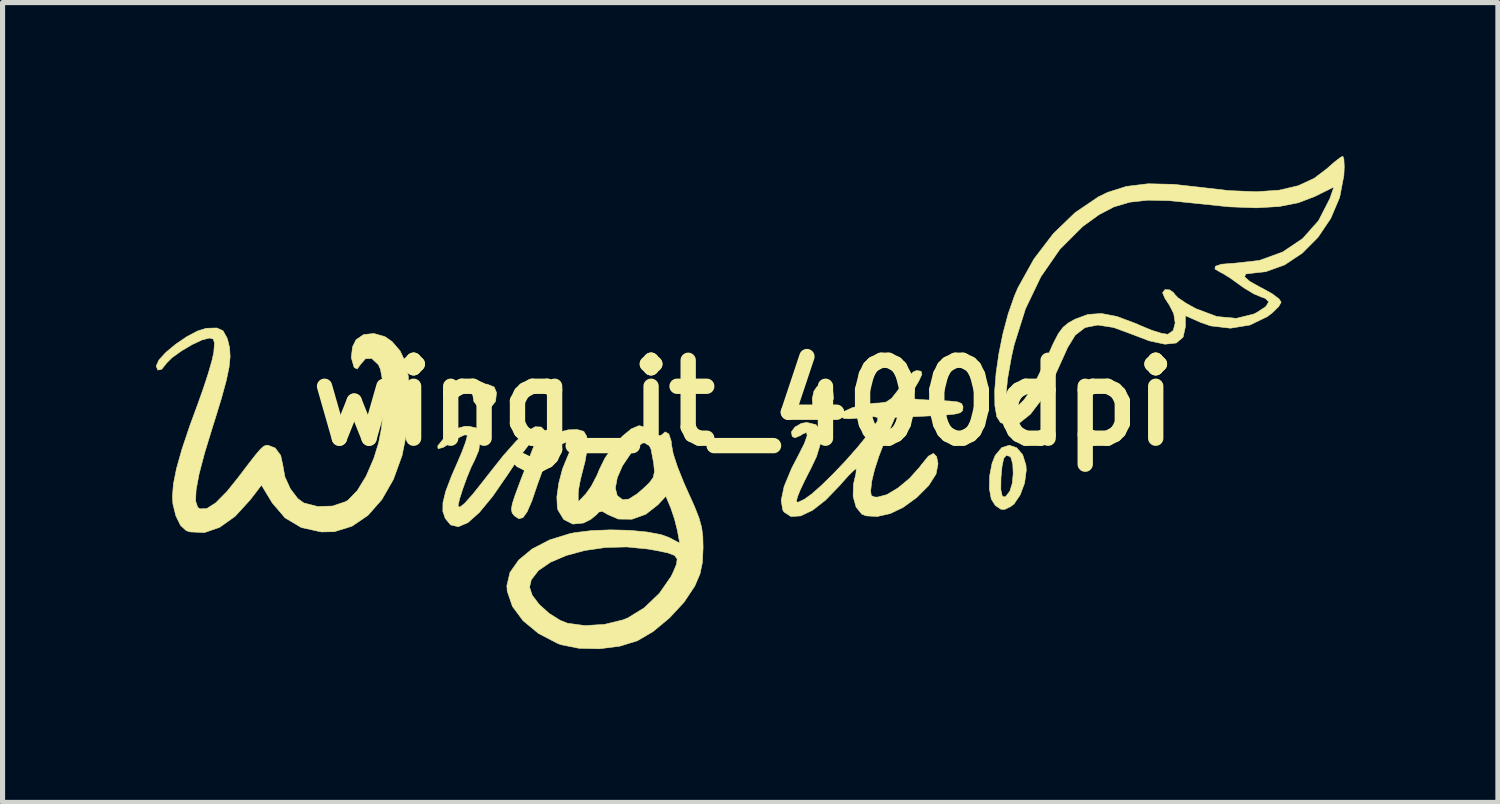
<source format=kicad_pcb>
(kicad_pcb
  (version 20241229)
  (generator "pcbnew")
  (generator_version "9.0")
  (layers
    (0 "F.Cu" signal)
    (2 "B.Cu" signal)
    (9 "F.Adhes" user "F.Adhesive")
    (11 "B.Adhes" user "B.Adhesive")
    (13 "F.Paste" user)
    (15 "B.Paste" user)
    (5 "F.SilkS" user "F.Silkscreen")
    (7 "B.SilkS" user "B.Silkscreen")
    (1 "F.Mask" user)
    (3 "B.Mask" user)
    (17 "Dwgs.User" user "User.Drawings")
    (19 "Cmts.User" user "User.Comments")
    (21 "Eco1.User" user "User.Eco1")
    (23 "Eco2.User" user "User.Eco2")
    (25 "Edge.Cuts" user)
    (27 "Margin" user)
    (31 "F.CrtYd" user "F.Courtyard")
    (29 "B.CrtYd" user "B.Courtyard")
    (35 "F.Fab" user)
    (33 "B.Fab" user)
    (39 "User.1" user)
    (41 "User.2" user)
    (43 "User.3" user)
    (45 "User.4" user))
  (footprint "wing_it_400dpi"
    (layer "F.Cu")
    (at 11.498 4.831)
    (property "Reference" "wing_it_400dpi" (at 0 0 0) (layer "F.SilkS") (effects (font (size 1.524 1.524) (thickness 0.3))))
    (attr through_hole)
    (fp_poly (pts (xy -5.022 -0.368) (xy -4.883 -0.312) (xy -4.837 -0.203) (xy -4.856 -0.03) (xy -4.947 0.083) (xy -5.074 0.123) (xy -5.203 0.075) (xy -5.281 -0.03) (xy -5.309 -0.203) (xy -5.232 -0.325) (xy -5.069 -0.371) (xy -5.022 -0.368)) (stroke (width 0.01) (type solid)) (fill yes) (layer "F.SilkS"))
    (fp_poly (pts (xy 1.672 -0.33) (xy 1.742 -0.222) (xy 1.752 -0.08) (xy 1.684 0.062) (xy 1.678 0.068) (xy 1.579 0.163) (xy 1.496 0.177) (xy 1.413 0.148) (xy 1.35 0.064) (xy 1.337 -0.081) (xy 1.372 -0.233) (xy 1.434 -0.322) (xy 1.563 -0.374) (xy 1.672 -0.33)) (stroke (width 0.01) (type solid)) (fill yes) (layer "F.SilkS"))
    (fp_poly (pts (xy 5.336 0.876) (xy 5.453 1.011) (xy 5.518 1.218) (xy 5.524 1.318) (xy 5.491 1.566) (xy 5.404 1.8) (xy 5.284 1.976) (xy 5.217 2.027) (xy 5.101 2.083) (xy 5.025 2.078) (xy 4.918 2.005) (xy 4.918 2.005) (xy 4.839 1.879) (xy 4.806 1.697) (xy 5.026 1.697) (xy 5.055 1.824) (xy 5.113 1.839) (xy 5.195 1.736) (xy 5.205 1.719) (xy 5.25 1.572) (xy 5.268 1.383) (xy 5.26 1.2) (xy 5.225 1.071) (xy 5.203 1.045) (xy 5.131 1.026) (xy 5.083 1.084) (xy 5.05 1.237) (xy 5.029 1.462) (xy 5.026 1.697) (xy 4.806 1.697) (xy 4.802 1.673) (xy 4.807 1.428) (xy 4.854 1.183) (xy 4.915 1.028) (xy 5.043 0.874) (xy 5.191 0.827) (xy 5.336 0.876)) (stroke (width 0.01) (type solid)) (fill yes) (layer "F.SilkS"))
    (fp_poly (pts (xy -10.187 -1.413) (xy -10.11 -1.277) (xy -10.094 -1.23) (xy -10.057 -1.077) (xy -10.047 -0.906) (xy -10.068 -0.698) (xy -10.123 -0.435) (xy -10.216 -0.095) (xy -10.349 0.339) (xy -10.385 0.451) (xy -10.546 0.977) (xy -10.655 1.392) (xy -10.713 1.704) (xy -10.722 1.918) (xy -10.681 2.041) (xy -10.64 2.071) (xy -10.503 2.065) (xy -10.328 1.953) (xy -10.109 1.731) (xy -9.887 1.455) (xy -9.688 1.193) (xy -9.55 1.016) (xy -9.457 0.907) (xy -9.395 0.85) (xy -9.348 0.829) (xy -9.308 0.826) (xy -9.165 0.882) (xy -9.058 1.026) (xy -9.017 1.214) (xy -8.976 1.445) (xy -8.869 1.679) (xy -8.724 1.87) (xy -8.606 1.956) (xy -8.336 2.025) (xy -8.045 2.016) (xy -7.79 1.931) (xy -7.739 1.899) (xy -7.561 1.715) (xy -7.388 1.433) (xy -7.236 1.081) (xy -7.143 0.781) (xy -7.087 0.493) (xy -7.056 0.17) (xy -7.049 -0.151) (xy -7.066 -0.439) (xy -7.107 -0.657) (xy -7.147 -0.748) (xy -7.276 -0.869) (xy -7.399 -0.866) (xy -7.498 -0.753) (xy -7.561 -0.665) (xy -7.613 -0.688) (xy -7.626 -0.706) (xy -7.678 -0.888) (xy -7.653 -1.098) (xy -7.586 -1.235) (xy -7.436 -1.338) (xy -7.233 -1.358) (xy -7.02 -1.297) (xy -6.883 -1.203) (xy -6.724 -1.02) (xy -6.619 -0.8) (xy -6.561 -0.516) (xy -6.541 -0.141) (xy -6.54 -0.079) (xy -6.578 0.501) (xy -6.685 1.03) (xy -6.854 1.496) (xy -7.079 1.889) (xy -7.351 2.198) (xy -7.664 2.411) (xy -8.01 2.518) (xy -8.264 2.523) (xy -8.656 2.436) (xy -8.973 2.248) (xy -9.224 1.954) (xy -9.241 1.926) (xy -9.434 1.607) (xy -9.654 1.894) (xy -9.948 2.216) (xy -10.25 2.431) (xy -10.548 2.535) (xy -10.833 2.522) (xy -10.907 2.497) (xy -11.017 2.395) (xy -11.109 2.208) (xy -11.166 1.977) (xy -11.176 1.838) (xy -11.157 1.588) (xy -11.096 1.283) (xy -10.99 0.906) (xy -10.834 0.442) (xy -10.689 0.047) (xy -10.575 -0.272) (xy -10.476 -0.574) (xy -10.403 -0.826) (xy -10.366 -0.994) (xy -10.366 -1) (xy -10.353 -1.171) (xy -10.376 -1.249) (xy -10.446 -1.269) (xy -10.453 -1.269) (xy -10.595 -1.233) (xy -10.793 -1.14) (xy -11.003 -1.015) (xy -11.185 -0.885) (xy -11.296 -0.774) (xy -11.303 -0.762) (xy -11.387 -0.658) (xy -11.462 -0.643) (xy -11.493 -0.723) (xy -11.441 -0.839) (xy -11.305 -0.988) (xy -11.114 -1.147) (xy -10.898 -1.294) (xy -10.688 -1.406) (xy -10.514 -1.461) (xy -10.509 -1.461) (xy -10.307 -1.467) (xy -10.187 -1.413)) (stroke (width 0.01) (type solid)) (fill yes) (layer "F.SilkS"))
    (fp_poly (pts (xy 3.467 -0.62) (xy 3.482 -0.558) (xy 3.422 -0.428) (xy 3.365 -0.332) (xy 3.284 -0.192) (xy 3.241 -0.105) (xy 3.239 -0.096) (xy 3.297 -0.082) (xy 3.453 -0.066) (xy 3.677 -0.054) (xy 3.762 -0.05) (xy 4.021 -0.038) (xy 4.177 -0.021) (xy 4.256 0.01) (xy 4.284 0.061) (xy 4.286 0.095) (xy 4.277 0.152) (xy 4.232 0.191) (xy 4.132 0.217) (xy 3.952 0.236) (xy 3.671 0.252) (xy 3.62 0.254) (xy 2.954 0.286) (xy 2.747 0.769) (xy 2.642 1.04) (xy 2.555 1.31) (xy 2.503 1.525) (xy 2.5 1.547) (xy 2.48 1.725) (xy 2.493 1.812) (xy 2.554 1.839) (xy 2.617 1.841) (xy 2.797 1.793) (xy 3.015 1.663) (xy 3.24 1.476) (xy 3.438 1.255) (xy 3.469 1.213) (xy 3.609 1.041) (xy 3.708 0.986) (xy 3.77 1.048) (xy 3.798 1.189) (xy 3.759 1.39) (xy 3.615 1.616) (xy 3.382 1.849) (xy 3.115 2.043) (xy 2.863 2.164) (xy 2.607 2.221) (xy 2.389 2.208) (xy 2.306 2.173) (xy 2.195 2.036) (xy 2.137 1.827) (xy 2.143 1.594) (xy 2.156 1.537) (xy 2.192 1.383) (xy 2.199 1.293) (xy 2.197 1.286) (xy 2.148 1.32) (xy 2.04 1.428) (xy 1.895 1.59) (xy 1.874 1.615) (xy 1.599 1.9) (xy 1.342 2.1) (xy 1.112 2.209) (xy 0.923 2.222) (xy 0.787 2.134) (xy 0.762 2.095) (xy 0.73 1.907) (xy 0.788 1.633) (xy 0.936 1.276) (xy 1.059 1.04) (xy 1.183 0.795) (xy 1.239 0.638) (xy 1.225 0.575) (xy 1.141 0.612) (xy 1.11 0.636) (xy 0.998 0.682) (xy 0.946 0.654) (xy 0.929 0.567) (xy 0.999 0.472) (xy 1.123 0.4) (xy 1.23 0.381) (xy 1.412 0.425) (xy 1.505 0.555) (xy 1.508 0.765) (xy 1.421 1.05) (xy 1.311 1.281) (xy 1.197 1.504) (xy 1.103 1.702) (xy 1.051 1.83) (xy 1.026 1.928) (xy 1.059 1.943) (xy 1.176 1.887) (xy 1.185 1.883) (xy 1.326 1.782) (xy 1.525 1.606) (xy 1.756 1.379) (xy 1.998 1.124) (xy 2.225 0.866) (xy 2.361 0.699) (xy 2.528 0.482) (xy 2.615 0.35) (xy 2.619 0.284) (xy 2.538 0.267) (xy 2.368 0.281) (xy 2.292 0.29) (xy 2.075 0.31) (xy 1.957 0.304) (xy 1.91 0.269) (xy 1.905 0.238) (xy 1.963 0.166) (xy 2.112 0.096) (xy 2.32 0.038) (xy 2.55 0.005) (xy 2.661 0) (xy 2.784 -0.018) (xy 2.89 -0.09) (xy 3.009 -0.241) (xy 3.06 -0.318) (xy 3.196 -0.497) (xy 3.319 -0.61) (xy 3.38 -0.635) (xy 3.467 -0.62)) (stroke (width 0.01) (type solid)) (fill yes) (layer "F.SilkS"))
    (fp_poly (pts (xy 11.736 -4.769) (xy 11.743 -4.62) (xy 11.736 -4.452) (xy 11.653 -4.019) (xy 11.478 -3.608) (xy 11.229 -3.239) (xy 10.923 -2.931) (xy 10.576 -2.7) (xy 10.206 -2.567) (xy 9.958 -2.54) (xy 9.816 -2.522) (xy 9.794 -2.467) (xy 9.892 -2.379) (xy 10.108 -2.258) (xy 10.144 -2.241) (xy 10.333 -2.136) (xy 10.465 -2.037) (xy 10.509 -1.972) (xy 10.461 -1.885) (xy 10.337 -1.764) (xy 10.24 -1.69) (xy 9.898 -1.524) (xy 9.516 -1.462) (xy 9.126 -1.508) (xy 8.931 -1.577) (xy 8.636 -1.707) (xy 8.636 -1.491) (xy 8.591 -1.287) (xy 8.458 -1.173) (xy 8.236 -1.149) (xy 7.928 -1.215) (xy 7.62 -1.333) (xy 7.232 -1.476) (xy 6.921 -1.524) (xy 6.674 -1.475) (xy 6.48 -1.325) (xy 6.327 -1.074) (xy 6.307 -1.026) (xy 6.065 -0.491) (xy 5.831 -0.075) (xy 5.605 0.22) (xy 5.389 0.392) (xy 5.184 0.441) (xy 5.021 0.385) (xy 4.947 0.27) (xy 4.91 0.055) (xy 4.907 -0.151) (xy 5.128 -0.151) (xy 5.144 0.049) (xy 5.207 0.133) (xy 5.316 0.1) (xy 5.47 -0.051) (xy 5.503 -0.091) (xy 5.605 -0.246) (xy 5.733 -0.48) (xy 5.868 -0.754) (xy 5.934 -0.901) (xy 6.057 -1.175) (xy 6.153 -1.359) (xy 6.243 -1.479) (xy 6.345 -1.564) (xy 6.477 -1.638) (xy 6.728 -1.731) (xy 6.992 -1.75) (xy 7.296 -1.692) (xy 7.665 -1.554) (xy 7.756 -1.513) (xy 7.98 -1.421) (xy 8.171 -1.361) (xy 8.291 -1.343) (xy 8.295 -1.344) (xy 8.398 -1.418) (xy 8.436 -1.565) (xy 8.408 -1.747) (xy 8.324 -1.912) (xy 8.234 -2.05) (xy 8.192 -2.15) (xy 8.191 -2.156) (xy 8.235 -2.216) (xy 8.327 -2.212) (xy 8.409 -2.154) (xy 8.422 -2.129) (xy 8.494 -2.055) (xy 8.648 -1.951) (xy 8.843 -1.843) (xy 9.253 -1.69) (xy 9.63 -1.655) (xy 9.968 -1.737) (xy 10.031 -1.768) (xy 10.21 -1.885) (xy 10.266 -1.978) (xy 10.198 -2.046) (xy 10.127 -2.07) (xy 9.976 -2.133) (xy 9.787 -2.247) (xy 9.693 -2.313) (xy 9.52 -2.438) (xy 9.372 -2.531) (xy 9.319 -2.557) (xy 9.213 -2.62) (xy 9.223 -2.674) (xy 9.338 -2.713) (xy 9.549 -2.73) (xy 9.577 -2.731) (xy 10.082 -2.787) (xy 10.537 -2.952) (xy 10.928 -3.214) (xy 11.24 -3.565) (xy 11.461 -3.996) (xy 11.474 -4.033) (xy 11.54 -4.224) (xy 11.161 -4.036) (xy 10.843 -3.915) (xy 10.47 -3.842) (xy 10.024 -3.816) (xy 9.491 -3.836) (xy 8.855 -3.902) (xy 8.848 -3.903) (xy 8.328 -3.956) (xy 7.904 -3.966) (xy 7.549 -3.927) (xy 7.239 -3.835) (xy 6.946 -3.682) (xy 6.647 -3.466) (xy 6.619 -3.443) (xy 6.181 -3.006) (xy 5.809 -2.468) (xy 5.508 -1.84) (xy 5.286 -1.134) (xy 5.233 -0.898) (xy 5.157 -0.467) (xy 5.128 -0.151) (xy 4.907 -0.151) (xy 4.906 -0.236) (xy 4.933 -0.583) (xy 4.988 -0.964) (xy 5.067 -1.356) (xy 5.169 -1.739) (xy 5.291 -2.089) (xy 5.36 -2.251) (xy 5.673 -2.814) (xy 6.052 -3.311) (xy 6.478 -3.722) (xy 6.936 -4.032) (xy 7.115 -4.119) (xy 7.48 -4.235) (xy 7.905 -4.287) (xy 8.407 -4.276) (xy 8.853 -4.226) (xy 9.491 -4.153) (xy 10.026 -4.131) (xy 10.472 -4.162) (xy 10.843 -4.249) (xy 11.154 -4.393) (xy 11.396 -4.576) (xy 11.55 -4.711) (xy 11.668 -4.802) (xy 11.715 -4.826) (xy 11.736 -4.769)) (stroke (width 0.01) (type solid)) (fill yes) (layer "F.SilkS"))
    (fp_poly (pts (xy -1.895 0.488) (xy -1.78 0.569) (xy -1.679 0.641) (xy -1.618 0.633) (xy -1.537 0.565) (xy -1.466 0.608) (xy -1.421 0.746) (xy -1.414 0.82) (xy -1.381 0.996) (xy -1.297 1.253) (xy -1.173 1.561) (xy -1.1 1.725) (xy -0.964 2.027) (xy -0.876 2.251) (xy -0.825 2.435) (xy -0.802 2.613) (xy -0.797 2.824) (xy -0.797 2.826) (xy -0.81 3.117) (xy -0.857 3.343) (xy -0.952 3.565) (xy -0.964 3.589) (xy -1.171 3.899) (xy -1.455 4.205) (xy -1.774 4.47) (xy -2.082 4.651) (xy -2.429 4.758) (xy -2.827 4.808) (xy -3.227 4.798) (xy -3.576 4.728) (xy -3.639 4.705) (xy -4.016 4.508) (xy -4.317 4.26) (xy -4.526 3.979) (xy -4.628 3.681) (xy -4.633 3.604) (xy -4.191 3.604) (xy -4.138 3.763) (xy -4 3.943) (xy -3.807 4.116) (xy -3.591 4.252) (xy -3.45 4.308) (xy -3.109 4.354) (xy -2.727 4.331) (xy -2.363 4.242) (xy -2.27 4.205) (xy -1.947 4.006) (xy -1.651 3.722) (xy -1.424 3.396) (xy -1.382 3.31) (xy -1.318 3.156) (xy -1.304 3.052) (xy -1.356 2.982) (xy -1.491 2.931) (xy -1.727 2.883) (xy -1.875 2.857) (xy -2.29 2.816) (xy -2.707 2.827) (xy -3.107 2.885) (xy -3.472 2.983) (xy -3.781 3.115) (xy -4.016 3.276) (xy -4.157 3.458) (xy -4.191 3.604) (xy -4.633 3.604) (xy -4.635 3.574) (xy -4.574 3.316) (xy -4.403 3.072) (xy -4.139 2.855) (xy -3.798 2.678) (xy -3.397 2.554) (xy -3.302 2.536) (xy -2.974 2.496) (xy -2.608 2.482) (xy -2.238 2.491) (xy -1.897 2.523) (xy -1.621 2.574) (xy -1.468 2.629) (xy -1.254 2.742) (xy -1.299 2.498) (xy -1.356 2.269) (xy -1.431 2.048) (xy -1.435 2.039) (xy -1.525 1.824) (xy -1.681 1.992) (xy -1.919 2.178) (xy -2.188 2.274) (xy -2.453 2.271) (xy -2.657 2.184) (xy -2.769 2.119) (xy -2.836 2.134) (xy -2.878 2.181) (xy -2.991 2.275) (xy -3.136 2.348) (xy -3.346 2.369) (xy -3.522 2.279) (xy -3.635 2.095) (xy -3.648 2.045) (xy -3.657 1.837) (xy -3.619 1.567) (xy -3.546 1.288) (xy -3.459 1.076) (xy -3.38 0.891) (xy -3.381 0.791) (xy -3.457 0.762) (xy -3.619 0.824) (xy -3.778 1.007) (xy -3.93 1.302) (xy -4.034 1.587) (xy -4.145 1.914) (xy -4.238 2.129) (xy -4.319 2.242) (xy -4.399 2.265) (xy -4.485 2.21) (xy -4.487 2.208) (xy -4.531 2.152) (xy -4.547 2.081) (xy -4.528 1.971) (xy -4.471 1.796) (xy -4.372 1.53) (xy -4.365 1.512) (xy -4.262 1.245) (xy -4.173 1.013) (xy -4.109 0.847) (xy -4.089 0.794) (xy -4.069 0.707) (xy -4.109 0.716) (xy -4.2 0.811) (xy -4.333 0.983) (xy -4.499 1.22) (xy -4.612 1.391) (xy -4.913 1.827) (xy -5.174 2.143) (xy -5.397 2.341) (xy -5.584 2.421) (xy -5.735 2.385) (xy -5.84 2.258) (xy -5.887 2.12) (xy -5.885 1.951) (xy -5.831 1.729) (xy -5.719 1.434) (xy -5.615 1.196) (xy -5.515 0.962) (xy -5.443 0.77) (xy -5.41 0.65) (xy -5.41 0.629) (xy -5.468 0.626) (xy -5.593 0.687) (xy -5.698 0.757) (xy -5.881 0.87) (xy -5.98 0.895) (xy -5.987 0.842) (xy -5.891 0.72) (xy -5.804 0.638) (xy -5.618 0.502) (xy -5.453 0.455) (xy -5.375 0.457) (xy -5.235 0.488) (xy -5.173 0.571) (xy -5.155 0.686) (xy -5.183 0.925) (xy -5.263 1.114) (xy -5.334 1.257) (xy -5.417 1.46) (xy -5.497 1.68) (xy -5.559 1.875) (xy -5.588 2.002) (xy -5.588 2.012) (xy -5.556 2.04) (xy -5.461 1.964) (xy -5.3 1.784) (xy -5.073 1.498) (xy -5.023 1.433) (xy -4.708 1.035) (xy -4.45 0.744) (xy -4.242 0.555) (xy -4.081 0.465) (xy -3.961 0.471) (xy -3.884 0.55) (xy -3.825 0.617) (xy -3.734 0.614) (xy -3.634 0.577) (xy -3.436 0.526) (xy -3.261 0.519) (xy -3.13 0.556) (xy -3.073 0.653) (xy -3.06 0.742) (xy -3.067 0.921) (xy -3.107 1.152) (xy -3.14 1.277) (xy -3.196 1.498) (xy -3.232 1.694) (xy -3.239 1.772) (xy -3.239 1.934) (xy -3.09 1.777) (xy -3.01 1.666) (xy -2.513 1.666) (xy -2.477 1.809) (xy -2.472 1.815) (xy -2.372 1.891) (xy -2.251 1.881) (xy -2.089 1.779) (xy -1.971 1.678) (xy -1.845 1.558) (xy -1.773 1.459) (xy -1.748 1.343) (xy -1.764 1.176) (xy -1.812 0.922) (xy -1.815 0.905) (xy -1.874 0.785) (xy -1.979 0.783) (xy -2.129 0.898) (xy -2.219 1) (xy -2.374 1.229) (xy -2.475 1.461) (xy -2.513 1.666) (xy -3.01 1.666) (xy -2.98 1.622) (xy -2.87 1.41) (xy -2.826 1.302) (xy -2.715 1.077) (xy -2.557 0.851) (xy -2.377 0.652) (xy -2.201 0.507) (xy -2.053 0.445) (xy -2.04 0.445) (xy -1.895 0.488)) (stroke (width 0.01) (type solid)) (fill yes) (layer "F.SilkS")))
  (gr_rect
    (start -3 -3)
    (end 26.246 12.644)
    (stroke (width 0.1) (type default))
    (fill no)
    (layer "Edge.Cuts")))
</source>
